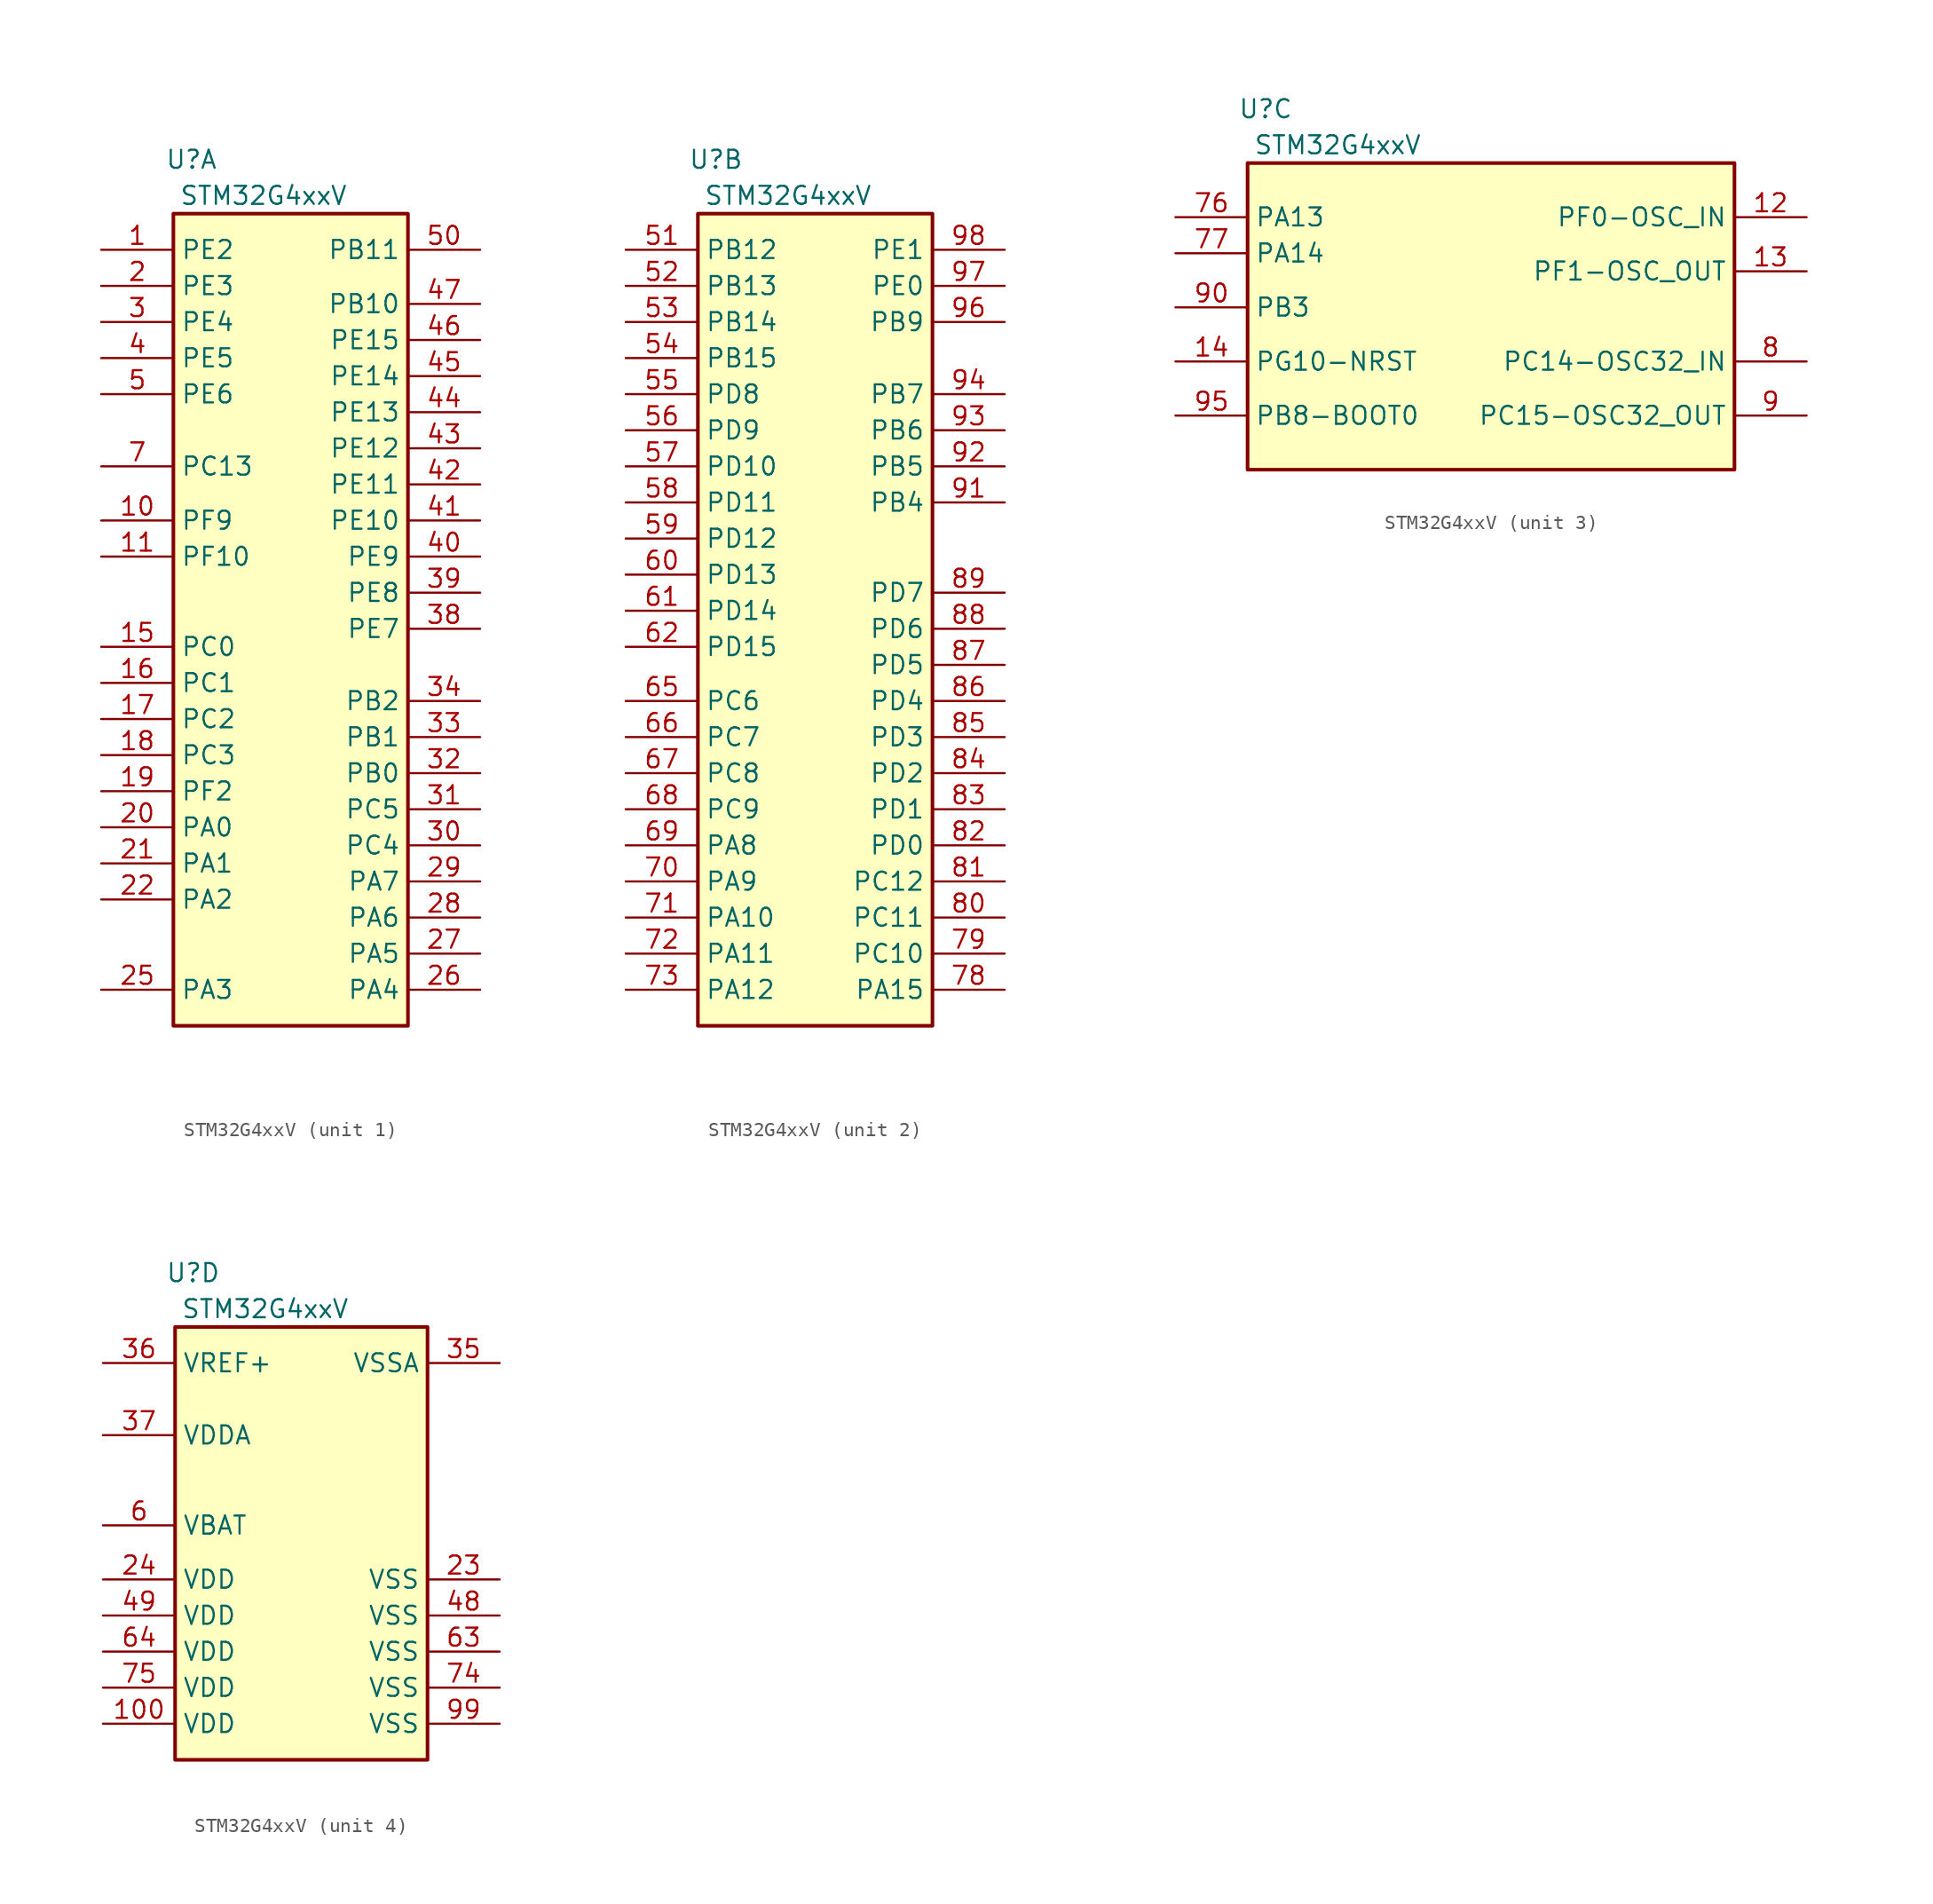
<source format=kicad_sym>
(kicad_symbol_lib
  (version 20220914)
  (generator kicad_symbol_editor)
  (symbol "STM32G4xxV"
    (property "Reference" "U"
      (at 1.27 3.81 0)
      (effects (font (size 1.27 1.27))))
    (property "Value" "STM32G4xxV"
      (at 6.35 1.27 0)
      (effects (font (size 1.27 1.27))))
    (property "ki_locked" ""
      (at 0 0 0)
      (effects (font (size 1.27 1.27))))
    (symbol "STM32G4xxV_1_1"
      (rectangle (start 0 0) (end 16.51 -57.15) (stroke (width 0.254) (type default)) (fill (type background)))
      (pin bidirectional line (at -5.08 -2.54 0) (length 5.08) (name "PE2" (effects (font (size 1.27 1.27)))) (number "1" (effects (font (size 1.27 1.27)))) (alternate "ADC3_EXTI2" bidirectional line) (alternate "ADC4_EXTI2" bidirectional line) (alternate "ADC5_EXTI2" bidirectional line) (alternate "FMC_A23" bidirectional line) (alternate "SAI1_CK1" bidirectional line) (alternate "SAI1_MCLK_A" bidirectional line) (alternate "SPI4_SCK" bidirectional line) (alternate "SYS_TRACECLK" bidirectional line) (alternate "TIM20_CH1" bidirectional line) (alternate "TIM3_CH1" bidirectional line))
      (pin bidirectional line (at -5.08 -21.59 0) (length 5.08) (name "PF9" (effects (font (size 1.27 1.27)))) (number "10" (effects (font (size 1.27 1.27)))) (alternate "DAC1_EXTI9" bidirectional line) (alternate "DAC2_EXTI9" bidirectional line) (alternate "DAC3_EXTI9" bidirectional line) (alternate "DAC4_EXTI9" bidirectional line) (alternate "FMC_A25" bidirectional line) (alternate "QUADSPI1_BK1_IO1" bidirectional line) (alternate "SAI1_FS_B" bidirectional line) (alternate "SPI2_SCK" bidirectional line) (alternate "TIM15_CH1" bidirectional line) (alternate "TIM20_BKIN" bidirectional line) (alternate "TIM5_CH4" bidirectional line))
      (pin bidirectional line (at -5.08 -24.13 0) (length 5.08) (name "PF10" (effects (font (size 1.27 1.27)))) (number "11" (effects (font (size 1.27 1.27)))) (alternate "DAC1_EXTI10" bidirectional line) (alternate "DAC2_EXTI10" bidirectional line) (alternate "DAC3_EXTI10" bidirectional line) (alternate "DAC4_EXTI10" bidirectional line) (alternate "FMC_A0" bidirectional line) (alternate "QUADSPI1_CLK" bidirectional line) (alternate "SAI1_D3" bidirectional line) (alternate "SPI2_SCK" bidirectional line) (alternate "TIM15_CH2" bidirectional line) (alternate "TIM20_BKIN2" bidirectional line))
      (pin bidirectional line (at -5.08 -30.48 0) (length 5.08) (name "PC0" (effects (font (size 1.27 1.27)))) (number "15" (effects (font (size 1.27 1.27)))) (alternate "ADC1_IN6" bidirectional line) (alternate "ADC2_IN6" bidirectional line) (alternate "COMP3_INM" bidirectional line) (alternate "LPTIM1_IN1" bidirectional line) (alternate "LPUART1_RX" bidirectional line) (alternate "TIM1_CH1" bidirectional line))
      (pin bidirectional line (at -5.08 -33.02 0) (length 5.08) (name "PC1" (effects (font (size 1.27 1.27)))) (number "16" (effects (font (size 1.27 1.27)))) (alternate "ADC1_IN7" bidirectional line) (alternate "ADC2_IN7" bidirectional line) (alternate "COMP3_INP" bidirectional line) (alternate "LPTIM1_OUT" bidirectional line) (alternate "LPUART1_TX" bidirectional line) (alternate "QUADSPI1_BK2_IO0" bidirectional line) (alternate "SAI1_SD_A" bidirectional line) (alternate "TIM1_CH2" bidirectional line))
      (pin bidirectional line (at -5.08 -35.56 0) (length 5.08) (name "PC2" (effects (font (size 1.27 1.27)))) (number "17" (effects (font (size 1.27 1.27)))) (alternate "ADC1_IN8" bidirectional line) (alternate "ADC2_IN8" bidirectional line) (alternate "ADC3_EXTI2" bidirectional line) (alternate "ADC4_EXTI2" bidirectional line) (alternate "ADC5_EXTI2" bidirectional line) (alternate "COMP3_OUT" bidirectional line) (alternate "LPTIM1_IN2" bidirectional line) (alternate "QUADSPI1_BK2_IO1" bidirectional line) (alternate "TIM1_CH3" bidirectional line) (alternate "TIM20_CH2" bidirectional line))
      (pin bidirectional line (at -5.08 -38.1 0) (length 5.08) (name "PC3" (effects (font (size 1.27 1.27)))) (number "18" (effects (font (size 1.27 1.27)))) (alternate "ADC1_IN9" bidirectional line) (alternate "ADC2_IN9" bidirectional line) (alternate "ADC3_EXTI3" bidirectional line) (alternate "ADC4_EXTI3" bidirectional line) (alternate "ADC5_EXTI3" bidirectional line) (alternate "LPTIM1_ETR" bidirectional line) (alternate "OPAMP5_VINP" bidirectional line) (alternate "OPAMP5_VINP_SEC" bidirectional line) (alternate "QUADSPI1_BK2_IO2" bidirectional line) (alternate "SAI1_D1" bidirectional line) (alternate "SAI1_SD_A" bidirectional line) (alternate "TIM1_BKIN2" bidirectional line) (alternate "TIM1_CH4" bidirectional line))
      (pin bidirectional line (at -5.08 -40.64 0) (length 5.08) (name "PF2" (effects (font (size 1.27 1.27)))) (number "19" (effects (font (size 1.27 1.27)))) (alternate "ADC3_EXTI2" bidirectional line) (alternate "ADC4_EXTI2" bidirectional line) (alternate "ADC5_EXTI2" bidirectional line) (alternate "FMC_A2" bidirectional line) (alternate "I2C2_SMBA" bidirectional line) (alternate "TIM20_CH3" bidirectional line))
      (pin bidirectional line (at -5.08 -5.08 0) (length 5.08) (name "PE3" (effects (font (size 1.27 1.27)))) (number "2" (effects (font (size 1.27 1.27)))) (alternate "ADC3_EXTI3" bidirectional line) (alternate "ADC4_EXTI3" bidirectional line) (alternate "ADC5_EXTI3" bidirectional line) (alternate "FMC_A19" bidirectional line) (alternate "SAI1_SD_B" bidirectional line) (alternate "SPI4_NSS" bidirectional line) (alternate "SYS_TRACED0" bidirectional line) (alternate "TIM20_CH2" bidirectional line) (alternate "TIM3_CH2" bidirectional line))
      (pin bidirectional line (at -5.08 -43.18 0) (length 5.08) (name "PA0" (effects (font (size 1.27 1.27)))) (number "20" (effects (font (size 1.27 1.27)))) (alternate "ADC1_IN1" bidirectional line) (alternate "ADC2_IN1" bidirectional line) (alternate "COMP1_INM" bidirectional line) (alternate "COMP1_OUT" bidirectional line) (alternate "COMP3_INP" bidirectional line) (alternate "RTC_TAMP2" bidirectional line) (alternate "SYS_WKUP1" bidirectional line) (alternate "TIM2_CH1" bidirectional line) (alternate "TIM2_ETR" bidirectional line) (alternate "TIM5_CH1" bidirectional line) (alternate "TIM8_BKIN" bidirectional line) (alternate "TIM8_ETR" bidirectional line) (alternate "USART2_CTS" bidirectional line) (alternate "USART2_NSS" bidirectional line))
      (pin bidirectional line (at -5.08 -45.72 0) (length 5.08) (name "PA1" (effects (font (size 1.27 1.27)))) (number "21" (effects (font (size 1.27 1.27)))) (alternate "ADC1_IN2" bidirectional line) (alternate "ADC2_IN2" bidirectional line) (alternate "COMP1_INP" bidirectional line) (alternate "OPAMP1_VINP" bidirectional line) (alternate "OPAMP1_VINP_SEC" bidirectional line) (alternate "OPAMP3_VINP" bidirectional line) (alternate "OPAMP3_VINP_SEC" bidirectional line) (alternate "OPAMP6_VINM" bidirectional line) (alternate "OPAMP6_VINM0" bidirectional line) (alternate "OPAMP6_VINM_SEC" bidirectional line) (alternate "RTC_REFIN" bidirectional line) (alternate "TIM15_CH1N" bidirectional line) (alternate "TIM2_CH2" bidirectional line) (alternate "TIM5_CH2" bidirectional line) (alternate "USART2_DE" bidirectional line) (alternate "USART2_RTS" bidirectional line))
      (pin bidirectional line (at -5.08 -48.26 0) (length 5.08) (name "PA2" (effects (font (size 1.27 1.27)))) (number "22" (effects (font (size 1.27 1.27)))) (alternate "ADC1_IN3" bidirectional line) (alternate "ADC3_EXTI2" bidirectional line) (alternate "ADC4_EXTI2" bidirectional line) (alternate "ADC5_EXTI2" bidirectional line) (alternate "COMP2_INM" bidirectional line) (alternate "COMP2_OUT" bidirectional line) (alternate "LPUART1_TX" bidirectional line) (alternate "OPAMP1_VOUT" bidirectional line) (alternate "QUADSPI1_BK1_NCS" bidirectional line) (alternate "RCC_LSCO" bidirectional line) (alternate "SYS_WKUP4" bidirectional line) (alternate "TIM15_CH1" bidirectional line) (alternate "TIM2_CH3" bidirectional line) (alternate "TIM5_CH3" bidirectional line) (alternate "UCPD1_FRSTX1" bidirectional line) (alternate "UCPD1_FRSTX2" bidirectional line) (alternate "USART2_TX" bidirectional line))
      (pin bidirectional line (at -5.08 -54.61 0) (length 5.08) (name "PA3" (effects (font (size 1.27 1.27)))) (number "25" (effects (font (size 1.27 1.27)))) (alternate "ADC1_IN4" bidirectional line) (alternate "ADC3_EXTI3" bidirectional line) (alternate "ADC4_EXTI3" bidirectional line) (alternate "ADC5_EXTI3" bidirectional line) (alternate "COMP2_INP" bidirectional line) (alternate "LPUART1_RX" bidirectional line) (alternate "OPAMP1_VINM" bidirectional line) (alternate "OPAMP1_VINM0" bidirectional line) (alternate "OPAMP1_VINM_SEC" bidirectional line) (alternate "OPAMP1_VINP" bidirectional line) (alternate "OPAMP1_VINP_SEC" bidirectional line) (alternate "OPAMP5_VINM" bidirectional line) (alternate "OPAMP5_VINM1" bidirectional line) (alternate "OPAMP5_VINM_SEC" bidirectional line) (alternate "QUADSPI1_CLK" bidirectional line) (alternate "SAI1_CK1" bidirectional line) (alternate "SAI1_MCLK_A" bidirectional line) (alternate "TIM15_CH2" bidirectional line) (alternate "TIM2_CH4" bidirectional line) (alternate "TIM5_CH4" bidirectional line) (alternate "USART2_RX" bidirectional line))
      (pin bidirectional line (at 21.59 -54.61 180) (length 5.08) (name "PA4" (effects (font (size 1.27 1.27)))) (number "26" (effects (font (size 1.27 1.27)))) (alternate "ADC2_IN17" bidirectional line) (alternate "COMP1_INM" bidirectional line) (alternate "DAC1_OUT1" bidirectional line) (alternate "I2S3_WS" bidirectional line) (alternate "SAI1_FS_B" bidirectional line) (alternate "SPI1_NSS" bidirectional line) (alternate "SPI3_NSS" bidirectional line) (alternate "TIM3_CH2" bidirectional line) (alternate "USART2_CK" bidirectional line))
      (pin bidirectional line (at 21.59 -52.07 180) (length 5.08) (name "PA5" (effects (font (size 1.27 1.27)))) (number "27" (effects (font (size 1.27 1.27)))) (alternate "ADC2_IN13" bidirectional line) (alternate "COMP2_INM" bidirectional line) (alternate "DAC1_OUT2" bidirectional line) (alternate "OPAMP2_VINM" bidirectional line) (alternate "OPAMP2_VINM0" bidirectional line) (alternate "OPAMP2_VINM_SEC" bidirectional line) (alternate "SPI1_SCK" bidirectional line) (alternate "TIM2_CH1" bidirectional line) (alternate "TIM2_ETR" bidirectional line) (alternate "UCPD1_FRSTX1" bidirectional line) (alternate "UCPD1_FRSTX2" bidirectional line))
      (pin bidirectional line (at 21.59 -49.53 180) (length 5.08) (name "PA6" (effects (font (size 1.27 1.27)))) (number "28" (effects (font (size 1.27 1.27)))) (alternate "ADC2_IN3" bidirectional line) (alternate "COMP1_OUT" bidirectional line) (alternate "DAC2_OUT1" bidirectional line) (alternate "LPUART1_CTS" bidirectional line) (alternate "OPAMP2_VOUT" bidirectional line) (alternate "QUADSPI1_BK1_IO3" bidirectional line) (alternate "SPI1_MISO" bidirectional line) (alternate "TIM16_CH1" bidirectional line) (alternate "TIM1_BKIN" bidirectional line) (alternate "TIM3_CH1" bidirectional line) (alternate "TIM8_BKIN" bidirectional line))
      (pin bidirectional line (at 21.59 -46.99 180) (length 5.08) (name "PA7" (effects (font (size 1.27 1.27)))) (number "29" (effects (font (size 1.27 1.27)))) (alternate "ADC2_IN4" bidirectional line) (alternate "COMP2_INP" bidirectional line) (alternate "COMP2_OUT" bidirectional line) (alternate "OPAMP1_VINP" bidirectional line) (alternate "OPAMP1_VINP_SEC" bidirectional line) (alternate "OPAMP2_VINP" bidirectional line) (alternate "OPAMP2_VINP_SEC" bidirectional line) (alternate "QUADSPI1_BK1_IO2" bidirectional line) (alternate "SPI1_MOSI" bidirectional line) (alternate "TIM17_CH1" bidirectional line) (alternate "TIM1_CH1N" bidirectional line) (alternate "TIM3_CH2" bidirectional line) (alternate "TIM8_CH1N" bidirectional line) (alternate "UCPD1_FRSTX1" bidirectional line) (alternate "UCPD1_FRSTX2" bidirectional line))
      (pin bidirectional line (at -5.08 -7.62 0) (length 5.08) (name "PE4" (effects (font (size 1.27 1.27)))) (number "3" (effects (font (size 1.27 1.27)))) (alternate "FMC_A20" bidirectional line) (alternate "SAI1_D2" bidirectional line) (alternate "SAI1_FS_A" bidirectional line) (alternate "SPI4_NSS" bidirectional line) (alternate "SYS_TRACED1" bidirectional line) (alternate "TIM20_CH1N" bidirectional line) (alternate "TIM3_CH3" bidirectional line))
      (pin bidirectional line (at 21.59 -44.45 180) (length 5.08) (name "PC4" (effects (font (size 1.27 1.27)))) (number "30" (effects (font (size 1.27 1.27)))) (alternate "ADC2_IN5" bidirectional line) (alternate "I2C2_SCL" bidirectional line) (alternate "QUADSPI1_BK2_IO3" bidirectional line) (alternate "TIM1_ETR" bidirectional line) (alternate "USART1_TX" bidirectional line))
      (pin bidirectional line (at 21.59 -41.91 180) (length 5.08) (name "PC5" (effects (font (size 1.27 1.27)))) (number "31" (effects (font (size 1.27 1.27)))) (alternate "ADC2_IN11" bidirectional line) (alternate "HRTIM1_EEV10" bidirectional line) (alternate "OPAMP1_VINM" bidirectional line) (alternate "OPAMP1_VINM1" bidirectional line) (alternate "OPAMP1_VINM_SEC" bidirectional line) (alternate "OPAMP2_VINM" bidirectional line) (alternate "OPAMP2_VINM1" bidirectional line) (alternate "OPAMP2_VINM_SEC" bidirectional line) (alternate "SAI1_D3" bidirectional line) (alternate "SYS_WKUP5" bidirectional line) (alternate "TIM15_BKIN" bidirectional line) (alternate "TIM1_CH4N" bidirectional line) (alternate "USART1_RX" bidirectional line))
      (pin bidirectional line (at 21.59 -39.37 180) (length 5.08) (name "PB0" (effects (font (size 1.27 1.27)))) (number "32" (effects (font (size 1.27 1.27)))) (alternate "ADC1_IN15" bidirectional line) (alternate "ADC3_IN12" bidirectional line) (alternate "COMP4_INP" bidirectional line) (alternate "HRTIM1_FLT5" bidirectional line) (alternate "OPAMP2_VINP" bidirectional line) (alternate "OPAMP2_VINP_SEC" bidirectional line) (alternate "OPAMP3_VINP" bidirectional line) (alternate "OPAMP3_VINP_SEC" bidirectional line) (alternate "QUADSPI1_BK1_IO1" bidirectional line) (alternate "TIM1_CH2N" bidirectional line) (alternate "TIM3_CH3" bidirectional line) (alternate "TIM8_CH2N" bidirectional line) (alternate "UCPD1_FRSTX1" bidirectional line) (alternate "UCPD1_FRSTX2" bidirectional line))
      (pin bidirectional line (at 21.59 -36.83 180) (length 5.08) (name "PB1" (effects (font (size 1.27 1.27)))) (number "33" (effects (font (size 1.27 1.27)))) (alternate "ADC1_IN12" bidirectional line) (alternate "ADC3_IN1" bidirectional line) (alternate "COMP1_INP" bidirectional line) (alternate "COMP4_OUT" bidirectional line) (alternate "HRTIM1_SCOUT" bidirectional line) (alternate "LPUART1_DE" bidirectional line) (alternate "LPUART1_RTS" bidirectional line) (alternate "OPAMP3_VOUT" bidirectional line) (alternate "OPAMP6_VINM" bidirectional line) (alternate "OPAMP6_VINM1" bidirectional line) (alternate "OPAMP6_VINM_SEC" bidirectional line) (alternate "QUADSPI1_BK1_IO0" bidirectional line) (alternate "TIM1_CH3N" bidirectional line) (alternate "TIM3_CH4" bidirectional line) (alternate "TIM8_CH3N" bidirectional line))
      (pin bidirectional line (at 21.59 -34.29 180) (length 5.08) (name "PB2" (effects (font (size 1.27 1.27)))) (number "34" (effects (font (size 1.27 1.27)))) (alternate "ADC2_IN12" bidirectional line) (alternate "ADC3_EXTI2" bidirectional line) (alternate "ADC4_EXTI2" bidirectional line) (alternate "ADC5_EXTI2" bidirectional line) (alternate "COMP4_INM" bidirectional line) (alternate "HRTIM1_SCIN" bidirectional line) (alternate "I2C3_SMBA" bidirectional line) (alternate "LPTIM1_OUT" bidirectional line) (alternate "OPAMP3_VINM" bidirectional line) (alternate "OPAMP3_VINM0" bidirectional line) (alternate "OPAMP3_VINM_SEC" bidirectional line) (alternate "QUADSPI1_BK2_IO1" bidirectional line) (alternate "RTC_OUT2" bidirectional line) (alternate "TIM20_CH1" bidirectional line) (alternate "TIM5_CH1" bidirectional line))
      (pin bidirectional line (at 21.59 -29.21 180) (length 5.08) (name "PE7" (effects (font (size 1.27 1.27)))) (number "38" (effects (font (size 1.27 1.27)))) (alternate "ADC3_IN4" bidirectional line) (alternate "COMP4_INP" bidirectional line) (alternate "FMC_D4" bidirectional line) (alternate "FMC_DA4" bidirectional line) (alternate "SAI1_SD_B" bidirectional line) (alternate "TIM1_ETR" bidirectional line))
      (pin bidirectional line (at 21.59 -26.67 180) (length 5.08) (name "PE8" (effects (font (size 1.27 1.27)))) (number "39" (effects (font (size 1.27 1.27)))) (alternate "ADC3_IN6" bidirectional line) (alternate "ADC4_IN6" bidirectional line) (alternate "ADC5_IN6" bidirectional line) (alternate "COMP4_INM" bidirectional line) (alternate "FMC_D5" bidirectional line) (alternate "FMC_DA5" bidirectional line) (alternate "SAI1_SCK_B" bidirectional line) (alternate "TIM1_CH1N" bidirectional line) (alternate "TIM5_CH3" bidirectional line))
      (pin bidirectional line (at -5.08 -10.16 0) (length 5.08) (name "PE5" (effects (font (size 1.27 1.27)))) (number "4" (effects (font (size 1.27 1.27)))) (alternate "FMC_A21" bidirectional line) (alternate "SAI1_CK2" bidirectional line) (alternate "SAI1_SCK_A" bidirectional line) (alternate "SPI4_MISO" bidirectional line) (alternate "SYS_TRACED2" bidirectional line) (alternate "TIM20_CH2N" bidirectional line) (alternate "TIM3_CH4" bidirectional line))
      (pin bidirectional line (at 21.59 -24.13 180) (length 5.08) (name "PE9" (effects (font (size 1.27 1.27)))) (number "40" (effects (font (size 1.27 1.27)))) (alternate "ADC3_IN2" bidirectional line) (alternate "DAC1_EXTI9" bidirectional line) (alternate "DAC2_EXTI9" bidirectional line) (alternate "DAC3_EXTI9" bidirectional line) (alternate "DAC4_EXTI9" bidirectional line) (alternate "FMC_D6" bidirectional line) (alternate "FMC_DA6" bidirectional line) (alternate "SAI1_FS_B" bidirectional line) (alternate "TIM1_CH1" bidirectional line) (alternate "TIM5_CH4" bidirectional line))
      (pin bidirectional line (at 21.59 -21.59 180) (length 5.08) (name "PE10" (effects (font (size 1.27 1.27)))) (number "41" (effects (font (size 1.27 1.27)))) (alternate "ADC3_IN14" bidirectional line) (alternate "ADC4_IN14" bidirectional line) (alternate "ADC5_IN14" bidirectional line) (alternate "DAC1_EXTI10" bidirectional line) (alternate "DAC2_EXTI10" bidirectional line) (alternate "DAC3_EXTI10" bidirectional line) (alternate "DAC4_EXTI10" bidirectional line) (alternate "FMC_D7" bidirectional line) (alternate "FMC_DA7" bidirectional line) (alternate "QUADSPI1_CLK" bidirectional line) (alternate "SAI1_MCLK_B" bidirectional line) (alternate "TIM1_CH2N" bidirectional line))
      (pin bidirectional line (at 21.59 -19.05 180) (length 5.08) (name "PE11" (effects (font (size 1.27 1.27)))) (number "42" (effects (font (size 1.27 1.27)))) (alternate "ADC1_EXTI11" bidirectional line) (alternate "ADC2_EXTI11" bidirectional line) (alternate "ADC3_IN15" bidirectional line) (alternate "ADC4_IN15" bidirectional line) (alternate "ADC5_IN15" bidirectional line) (alternate "FMC_D8" bidirectional line) (alternate "FMC_DA8" bidirectional line) (alternate "QUADSPI1_BK1_NCS" bidirectional line) (alternate "SPI4_NSS" bidirectional line) (alternate "TIM1_CH2" bidirectional line))
      (pin bidirectional line (at 21.59 -16.51 180) (length 5.08) (name "PE12" (effects (font (size 1.27 1.27)))) (number "43" (effects (font (size 1.27 1.27)))) (alternate "ADC3_IN16" bidirectional line) (alternate "ADC4_IN16" bidirectional line) (alternate "ADC5_IN16" bidirectional line) (alternate "FMC_D9" bidirectional line) (alternate "FMC_DA9" bidirectional line) (alternate "QUADSPI1_BK1_IO0" bidirectional line) (alternate "SPI4_SCK" bidirectional line) (alternate "TIM1_CH3N" bidirectional line))
      (pin bidirectional line (at 21.59 -13.97 180) (length 5.08) (name "PE13" (effects (font (size 1.27 1.27)))) (number "44" (effects (font (size 1.27 1.27)))) (alternate "ADC3_IN3" bidirectional line) (alternate "FMC_D10" bidirectional line) (alternate "FMC_DA10" bidirectional line) (alternate "QUADSPI1_BK1_IO1" bidirectional line) (alternate "SPI4_MISO" bidirectional line) (alternate "TIM1_CH3" bidirectional line))
      (pin bidirectional line (at 21.59 -11.43 180) (length 5.08) (name "PE14" (effects (font (size 1.27 1.27)))) (number "45" (effects (font (size 1.27 1.27)))) (alternate "ADC4_IN1" bidirectional line) (alternate "FMC_D11" bidirectional line) (alternate "FMC_DA11" bidirectional line) (alternate "QUADSPI1_BK1_IO2" bidirectional line) (alternate "SPI4_MOSI" bidirectional line) (alternate "TIM1_BKIN2" bidirectional line) (alternate "TIM1_CH4" bidirectional line))
      (pin bidirectional line (at 21.59 -8.89 180) (length 5.08) (name "PE15" (effects (font (size 1.27 1.27)))) (number "46" (effects (font (size 1.27 1.27)))) (alternate "ADC1_EXTI15" bidirectional line) (alternate "ADC2_EXTI15" bidirectional line) (alternate "ADC4_IN2" bidirectional line) (alternate "FMC_D12" bidirectional line) (alternate "FMC_DA12" bidirectional line) (alternate "QUADSPI1_BK1_IO3" bidirectional line) (alternate "TIM1_BKIN" bidirectional line) (alternate "TIM1_CH4N" bidirectional line) (alternate "USART3_RX" bidirectional line))
      (pin bidirectional line (at 21.59 -6.35 180) (length 5.08) (name "PB10" (effects (font (size 1.27 1.27)))) (number "47" (effects (font (size 1.27 1.27)))) (alternate "COMP5_INM" bidirectional line) (alternate "DAC1_EXTI10" bidirectional line) (alternate "DAC2_EXTI10" bidirectional line) (alternate "DAC3_EXTI10" bidirectional line) (alternate "DAC4_EXTI10" bidirectional line) (alternate "HRTIM1_FLT3" bidirectional line) (alternate "LPUART1_RX" bidirectional line) (alternate "OPAMP3_VINM" bidirectional line) (alternate "OPAMP3_VINM1" bidirectional line) (alternate "OPAMP3_VINM_SEC" bidirectional line) (alternate "OPAMP4_VINM" bidirectional line) (alternate "OPAMP4_VINM0" bidirectional line) (alternate "OPAMP4_VINM_SEC" bidirectional line) (alternate "QUADSPI1_CLK" bidirectional line) (alternate "SAI1_SCK_A" bidirectional line) (alternate "TIM1_BKIN" bidirectional line) (alternate "TIM2_CH3" bidirectional line) (alternate "USART3_TX" bidirectional line))
      (pin bidirectional line (at -5.08 -12.7 0) (length 5.08) (name "PE6" (effects (font (size 1.27 1.27)))) (number "5" (effects (font (size 1.27 1.27)))) (alternate "FMC_A22" bidirectional line) (alternate "RTC_TAMP3" bidirectional line) (alternate "SAI1_D1" bidirectional line) (alternate "SAI1_SD_A" bidirectional line) (alternate "SPI4_MOSI" bidirectional line) (alternate "SYS_TRACED3" bidirectional line) (alternate "SYS_WKUP3" bidirectional line) (alternate "TIM20_CH3N" bidirectional line))
      (pin bidirectional line (at 21.59 -2.54 180) (length 5.08) (name "PB11" (effects (font (size 1.27 1.27)))) (number "50" (effects (font (size 1.27 1.27)))) (alternate "ADC1_EXTI11" bidirectional line) (alternate "ADC1_IN14" bidirectional line) (alternate "ADC2_EXTI11" bidirectional line) (alternate "ADC2_IN14" bidirectional line) (alternate "COMP6_INP" bidirectional line) (alternate "HRTIM1_FLT4" bidirectional line) (alternate "LPUART1_TX" bidirectional line) (alternate "OPAMP4_VINP" bidirectional line) (alternate "OPAMP4_VINP_SEC" bidirectional line) (alternate "OPAMP6_VOUT" bidirectional line) (alternate "QUADSPI1_BK1_NCS" bidirectional line) (alternate "TIM2_CH4" bidirectional line) (alternate "USART3_RX" bidirectional line))
      (pin bidirectional line (at -5.08 -17.78 0) (length 5.08) (name "PC13" (effects (font (size 1.27 1.27)))) (number "7" (effects (font (size 1.27 1.27)))) (alternate "RTC_OUT1" bidirectional line) (alternate "RTC_TAMP1" bidirectional line) (alternate "RTC_TS" bidirectional line) (alternate "SYS_WKUP2" bidirectional line) (alternate "TIM1_BKIN" bidirectional line) (alternate "TIM1_CH1N" bidirectional line) (alternate "TIM8_CH4N" bidirectional line)))
    (symbol "STM32G4xxV_2_1"
      (rectangle (start 0 0) (end 16.51 -57.15) (stroke (width 0.254) (type default)) (fill (type background)))
      (pin bidirectional line (at -5.08 -2.54 0) (length 5.08) (name "PB12" (effects (font (size 1.27 1.27)))) (number "51" (effects (font (size 1.27 1.27)))) (alternate "ADC1_IN11" bidirectional line) (alternate "ADC4_IN3" bidirectional line) (alternate "COMP7_INM" bidirectional line) (alternate "FDCAN2_RX" bidirectional line) (alternate "HRTIM1_CHC1" bidirectional line) (alternate "I2C2_SMBA" bidirectional line) (alternate "I2S2_WS" bidirectional line) (alternate "LPUART1_DE" bidirectional line) (alternate "LPUART1_RTS" bidirectional line) (alternate "OPAMP4_VOUT" bidirectional line) (alternate "OPAMP6_VINP" bidirectional line) (alternate "OPAMP6_VINP_SEC" bidirectional line) (alternate "SPI2_NSS" bidirectional line) (alternate "TIM1_BKIN" bidirectional line) (alternate "TIM5_ETR" bidirectional line) (alternate "USART3_CK" bidirectional line))
      (pin bidirectional line (at -5.08 -5.08 0) (length 5.08) (name "PB13" (effects (font (size 1.27 1.27)))) (number "52" (effects (font (size 1.27 1.27)))) (alternate "ADC3_IN5" bidirectional line) (alternate "COMP5_INP" bidirectional line) (alternate "FDCAN2_TX" bidirectional line) (alternate "HRTIM1_CHC2" bidirectional line) (alternate "I2S2_CK" bidirectional line) (alternate "LPUART1_CTS" bidirectional line) (alternate "OPAMP3_VINP" bidirectional line) (alternate "OPAMP3_VINP_SEC" bidirectional line) (alternate "OPAMP4_VINP" bidirectional line) (alternate "OPAMP4_VINP_SEC" bidirectional line) (alternate "OPAMP6_VINP" bidirectional line) (alternate "OPAMP6_VINP_SEC" bidirectional line) (alternate "SPI2_SCK" bidirectional line) (alternate "TIM1_CH1N" bidirectional line) (alternate "USART3_CTS" bidirectional line) (alternate "USART3_NSS" bidirectional line))
      (pin bidirectional line (at -5.08 -7.62 0) (length 5.08) (name "PB14" (effects (font (size 1.27 1.27)))) (number "53" (effects (font (size 1.27 1.27)))) (alternate "ADC1_IN5" bidirectional line) (alternate "ADC4_IN4" bidirectional line) (alternate "COMP4_OUT" bidirectional line) (alternate "COMP7_INP" bidirectional line) (alternate "HRTIM1_CHD1" bidirectional line) (alternate "OPAMP2_VINP" bidirectional line) (alternate "OPAMP2_VINP_SEC" bidirectional line) (alternate "OPAMP5_VINP" bidirectional line) (alternate "OPAMP5_VINP_SEC" bidirectional line) (alternate "SPI2_MISO" bidirectional line) (alternate "TIM15_CH1" bidirectional line) (alternate "TIM1_CH2N" bidirectional line) (alternate "USART3_DE" bidirectional line) (alternate "USART3_RTS" bidirectional line))
      (pin bidirectional line (at -5.08 -10.16 0) (length 5.08) (name "PB15" (effects (font (size 1.27 1.27)))) (number "54" (effects (font (size 1.27 1.27)))) (alternate "ADC1_EXTI15" bidirectional line) (alternate "ADC2_EXTI15" bidirectional line) (alternate "ADC2_IN15" bidirectional line) (alternate "ADC4_IN5" bidirectional line) (alternate "COMP3_OUT" bidirectional line) (alternate "COMP6_INM" bidirectional line) (alternate "HRTIM1_CHD2" bidirectional line) (alternate "I2S2_SD" bidirectional line) (alternate "OPAMP5_VINM" bidirectional line) (alternate "OPAMP5_VINM0" bidirectional line) (alternate "OPAMP5_VINM_SEC" bidirectional line) (alternate "RTC_REFIN" bidirectional line) (alternate "SPI2_MOSI" bidirectional line) (alternate "TIM15_CH1N" bidirectional line) (alternate "TIM15_CH2" bidirectional line) (alternate "TIM1_CH3N" bidirectional line))
      (pin bidirectional line (at -5.08 -12.7 0) (length 5.08) (name "PD8" (effects (font (size 1.27 1.27)))) (number "55" (effects (font (size 1.27 1.27)))) (alternate "ADC4_IN12" bidirectional line) (alternate "ADC5_IN12" bidirectional line) (alternate "FMC_D13" bidirectional line) (alternate "FMC_DA13" bidirectional line) (alternate "OPAMP4_VINM" bidirectional line) (alternate "OPAMP4_VINM1" bidirectional line) (alternate "OPAMP4_VINM_SEC" bidirectional line) (alternate "USART3_TX" bidirectional line))
      (pin bidirectional line (at -5.08 -15.24 0) (length 5.08) (name "PD9" (effects (font (size 1.27 1.27)))) (number "56" (effects (font (size 1.27 1.27)))) (alternate "ADC4_IN13" bidirectional line) (alternate "ADC5_IN13" bidirectional line) (alternate "DAC1_EXTI9" bidirectional line) (alternate "DAC2_EXTI9" bidirectional line) (alternate "DAC3_EXTI9" bidirectional line) (alternate "DAC4_EXTI9" bidirectional line) (alternate "FMC_D14" bidirectional line) (alternate "FMC_DA14" bidirectional line) (alternate "OPAMP6_VINP" bidirectional line) (alternate "OPAMP6_VINP_SEC" bidirectional line) (alternate "USART3_RX" bidirectional line))
      (pin bidirectional line (at -5.08 -17.78 0) (length 5.08) (name "PD10" (effects (font (size 1.27 1.27)))) (number "57" (effects (font (size 1.27 1.27)))) (alternate "ADC3_IN7" bidirectional line) (alternate "ADC4_IN7" bidirectional line) (alternate "ADC5_IN7" bidirectional line) (alternate "COMP6_INM" bidirectional line) (alternate "DAC1_EXTI10" bidirectional line) (alternate "DAC2_EXTI10" bidirectional line) (alternate "DAC3_EXTI10" bidirectional line) (alternate "DAC4_EXTI10" bidirectional line) (alternate "FMC_D15" bidirectional line) (alternate "FMC_DA15" bidirectional line) (alternate "USART3_CK" bidirectional line))
      (pin bidirectional line (at -5.08 -20.32 0) (length 5.08) (name "PD11" (effects (font (size 1.27 1.27)))) (number "58" (effects (font (size 1.27 1.27)))) (alternate "ADC1_EXTI11" bidirectional line) (alternate "ADC2_EXTI11" bidirectional line) (alternate "ADC3_IN8" bidirectional line) (alternate "ADC4_IN8" bidirectional line) (alternate "ADC5_IN8" bidirectional line) (alternate "COMP6_INP" bidirectional line) (alternate "FMC_A16" bidirectional line) (alternate "FMC_CLE" bidirectional line) (alternate "I2C4_SMBA" bidirectional line) (alternate "OPAMP4_VINP" bidirectional line) (alternate "OPAMP4_VINP_SEC" bidirectional line) (alternate "TIM5_ETR" bidirectional line) (alternate "USART3_CTS" bidirectional line) (alternate "USART3_NSS" bidirectional line))
      (pin bidirectional line (at -5.08 -22.86 0) (length 5.08) (name "PD12" (effects (font (size 1.27 1.27)))) (number "59" (effects (font (size 1.27 1.27)))) (alternate "ADC3_IN9" bidirectional line) (alternate "ADC4_IN9" bidirectional line) (alternate "ADC5_IN9" bidirectional line) (alternate "COMP5_INP" bidirectional line) (alternate "FMC_A17" bidirectional line) (alternate "FMC_ALE" bidirectional line) (alternate "OPAMP5_VINP" bidirectional line) (alternate "OPAMP5_VINP_SEC" bidirectional line) (alternate "TIM4_CH1" bidirectional line) (alternate "USART3_DE" bidirectional line) (alternate "USART3_RTS" bidirectional line))
      (pin bidirectional line (at -5.08 -25.4 0) (length 5.08) (name "PD13" (effects (font (size 1.27 1.27)))) (number "60" (effects (font (size 1.27 1.27)))) (alternate "ADC3_IN10" bidirectional line) (alternate "ADC4_IN10" bidirectional line) (alternate "ADC5_IN10" bidirectional line) (alternate "COMP5_INM" bidirectional line) (alternate "FMC_A18" bidirectional line) (alternate "TIM4_CH2" bidirectional line))
      (pin bidirectional line (at -5.08 -27.94 0) (length 5.08) (name "PD14" (effects (font (size 1.27 1.27)))) (number "61" (effects (font (size 1.27 1.27)))) (alternate "ADC3_IN11" bidirectional line) (alternate "ADC4_IN11" bidirectional line) (alternate "ADC5_IN11" bidirectional line) (alternate "COMP7_INP" bidirectional line) (alternate "FMC_D0" bidirectional line) (alternate "FMC_DA0" bidirectional line) (alternate "OPAMP2_VINP" bidirectional line) (alternate "OPAMP2_VINP_SEC" bidirectional line) (alternate "TIM4_CH3" bidirectional line))
      (pin bidirectional line (at -5.08 -30.48 0) (length 5.08) (name "PD15" (effects (font (size 1.27 1.27)))) (number "62" (effects (font (size 1.27 1.27)))) (alternate "ADC1_EXTI15" bidirectional line) (alternate "ADC2_EXTI15" bidirectional line) (alternate "COMP7_INM" bidirectional line) (alternate "FMC_D1" bidirectional line) (alternate "FMC_DA1" bidirectional line) (alternate "SPI2_NSS" bidirectional line) (alternate "TIM4_CH4" bidirectional line))
      (pin bidirectional line (at -5.08 -34.29 0) (length 5.08) (name "PC6" (effects (font (size 1.27 1.27)))) (number "65" (effects (font (size 1.27 1.27)))) (alternate "COMP6_OUT" bidirectional line) (alternate "HRTIM1_CHF1" bidirectional line) (alternate "HRTIM1_EEV10" bidirectional line) (alternate "I2C4_SCL" bidirectional line) (alternate "I2S2_MCK" bidirectional line) (alternate "TIM3_CH1" bidirectional line) (alternate "TIM8_CH1" bidirectional line))
      (pin bidirectional line (at -5.08 -36.83 0) (length 5.08) (name "PC7" (effects (font (size 1.27 1.27)))) (number "66" (effects (font (size 1.27 1.27)))) (alternate "COMP5_OUT" bidirectional line) (alternate "HRTIM1_CHF2" bidirectional line) (alternate "HRTIM1_FLT5" bidirectional line) (alternate "I2C4_SDA" bidirectional line) (alternate "I2S3_MCK" bidirectional line) (alternate "TIM3_CH2" bidirectional line) (alternate "TIM8_CH2" bidirectional line))
      (pin bidirectional line (at -5.08 -39.37 0) (length 5.08) (name "PC8" (effects (font (size 1.27 1.27)))) (number "67" (effects (font (size 1.27 1.27)))) (alternate "COMP7_OUT" bidirectional line) (alternate "HRTIM1_CHE1" bidirectional line) (alternate "I2C3_SCL" bidirectional line) (alternate "TIM20_CH3" bidirectional line) (alternate "TIM3_CH3" bidirectional line) (alternate "TIM8_CH3" bidirectional line))
      (pin bidirectional line (at -5.08 -41.91 0) (length 5.08) (name "PC9" (effects (font (size 1.27 1.27)))) (number "68" (effects (font (size 1.27 1.27)))) (alternate "DAC1_EXTI9" bidirectional line) (alternate "DAC2_EXTI9" bidirectional line) (alternate "DAC3_EXTI9" bidirectional line) (alternate "DAC4_EXTI9" bidirectional line) (alternate "HRTIM1_CHE2" bidirectional line) (alternate "I2C3_SDA" bidirectional line) (alternate "I2S_CKIN" bidirectional line) (alternate "TIM3_CH4" bidirectional line) (alternate "TIM8_BKIN2" bidirectional line) (alternate "TIM8_CH4" bidirectional line))
      (pin bidirectional line (at -5.08 -44.45 0) (length 5.08) (name "PA8" (effects (font (size 1.27 1.27)))) (number "69" (effects (font (size 1.27 1.27)))) (alternate "ADC5_IN1" bidirectional line) (alternate "COMP7_OUT" bidirectional line) (alternate "FDCAN3_RX" bidirectional line) (alternate "HRTIM1_CHA1" bidirectional line) (alternate "I2C2_SDA" bidirectional line) (alternate "I2C3_SCL" bidirectional line) (alternate "I2S2_MCK" bidirectional line) (alternate "OPAMP5_VOUT" bidirectional line) (alternate "RCC_MCO" bidirectional line) (alternate "SAI1_CK2" bidirectional line) (alternate "SAI1_SCK_A" bidirectional line) (alternate "TIM1_CH1" bidirectional line) (alternate "TIM4_ETR" bidirectional line) (alternate "USART1_CK" bidirectional line))
      (pin bidirectional line (at -5.08 -46.99 0) (length 5.08) (name "PA9" (effects (font (size 1.27 1.27)))) (number "70" (effects (font (size 1.27 1.27)))) (alternate "ADC5_IN2" bidirectional line) (alternate "COMP5_OUT" bidirectional line) (alternate "DAC1_EXTI9" bidirectional line) (alternate "DAC2_EXTI9" bidirectional line) (alternate "DAC3_EXTI9" bidirectional line) (alternate "DAC4_EXTI9" bidirectional line) (alternate "HRTIM1_CHA2" bidirectional line) (alternate "I2C2_SCL" bidirectional line) (alternate "I2C3_SMBA" bidirectional line) (alternate "I2S3_MCK" bidirectional line) (alternate "SAI1_FS_A" bidirectional line) (alternate "TIM15_BKIN" bidirectional line) (alternate "TIM1_CH2" bidirectional line) (alternate "TIM2_CH3" bidirectional line) (alternate "UCPD1_DBCC1" bidirectional line) (alternate "USART1_TX" bidirectional line))
      (pin bidirectional line (at -5.08 -49.53 0) (length 5.08) (name "PA10" (effects (font (size 1.27 1.27)))) (number "71" (effects (font (size 1.27 1.27)))) (alternate "COMP6_OUT" bidirectional line) (alternate "CRS_SYNC" bidirectional line) (alternate "DAC1_EXTI10" bidirectional line) (alternate "DAC2_EXTI10" bidirectional line) (alternate "DAC3_EXTI10" bidirectional line) (alternate "DAC4_EXTI10" bidirectional line) (alternate "HRTIM1_CHB1" bidirectional line) (alternate "I2C2_SMBA" bidirectional line) (alternate "SAI1_D1" bidirectional line) (alternate "SAI1_SD_A" bidirectional line) (alternate "SPI2_MISO" bidirectional line) (alternate "TIM17_BKIN" bidirectional line) (alternate "TIM1_CH3" bidirectional line) (alternate "TIM2_CH4" bidirectional line) (alternate "TIM8_BKIN" bidirectional line) (alternate "UCPD1_DBCC2" bidirectional line) (alternate "USART1_RX" bidirectional line))
      (pin bidirectional line (at -5.08 -52.07 0) (length 5.08) (name "PA11" (effects (font (size 1.27 1.27)))) (number "72" (effects (font (size 1.27 1.27)))) (alternate "ADC1_EXTI11" bidirectional line) (alternate "ADC2_EXTI11" bidirectional line) (alternate "COMP1_OUT" bidirectional line) (alternate "FDCAN1_RX" bidirectional line) (alternate "HRTIM1_CHB2" bidirectional line) (alternate "I2S2_SD" bidirectional line) (alternate "SPI2_MOSI" bidirectional line) (alternate "TIM1_BKIN2" bidirectional line) (alternate "TIM1_CH1N" bidirectional line) (alternate "TIM1_CH4" bidirectional line) (alternate "TIM4_CH1" bidirectional line) (alternate "USART1_CTS" bidirectional line) (alternate "USART1_NSS" bidirectional line) (alternate "USB_DM" bidirectional line))
      (pin bidirectional line (at -5.08 -54.61 0) (length 5.08) (name "PA12" (effects (font (size 1.27 1.27)))) (number "73" (effects (font (size 1.27 1.27)))) (alternate "COMP2_OUT" bidirectional line) (alternate "FDCAN1_TX" bidirectional line) (alternate "HRTIM1_FLT1" bidirectional line) (alternate "I2S_CKIN" bidirectional line) (alternate "TIM16_CH1" bidirectional line) (alternate "TIM1_CH2N" bidirectional line) (alternate "TIM1_ETR" bidirectional line) (alternate "TIM4_CH2" bidirectional line) (alternate "USART1_DE" bidirectional line) (alternate "USART1_RTS" bidirectional line) (alternate "USB_DP" bidirectional line))
      (pin bidirectional line (at 21.59 -54.61 180) (length 5.08) (name "PA15" (effects (font (size 1.27 1.27)))) (number "78" (effects (font (size 1.27 1.27)))) (alternate "ADC1_EXTI15" bidirectional line) (alternate "ADC2_EXTI15" bidirectional line) (alternate "FDCAN3_TX" bidirectional line) (alternate "HRTIM1_FLT2" bidirectional line) (alternate "I2C1_SCL" bidirectional line) (alternate "I2S3_WS" bidirectional line) (alternate "SPI1_NSS" bidirectional line) (alternate "SPI3_NSS" bidirectional line) (alternate "SYS_JTDI" bidirectional line) (alternate "TIM1_BKIN" bidirectional line) (alternate "TIM2_CH1" bidirectional line) (alternate "TIM2_ETR" bidirectional line) (alternate "TIM8_CH1" bidirectional line) (alternate "UART4_DE" bidirectional line) (alternate "UART4_RTS" bidirectional line) (alternate "USART2_RX" bidirectional line))
      (pin bidirectional line (at 21.59 -52.07 180) (length 5.08) (name "PC10" (effects (font (size 1.27 1.27)))) (number "79" (effects (font (size 1.27 1.27)))) (alternate "DAC1_EXTI10" bidirectional line) (alternate "DAC2_EXTI10" bidirectional line) (alternate "DAC3_EXTI10" bidirectional line) (alternate "DAC4_EXTI10" bidirectional line) (alternate "HRTIM1_FLT6" bidirectional line) (alternate "I2S3_CK" bidirectional line) (alternate "SPI3_SCK" bidirectional line) (alternate "TIM8_CH1N" bidirectional line) (alternate "UART4_TX" bidirectional line) (alternate "USART3_TX" bidirectional line))
      (pin bidirectional line (at 21.59 -49.53 180) (length 5.08) (name "PC11" (effects (font (size 1.27 1.27)))) (number "80" (effects (font (size 1.27 1.27)))) (alternate "ADC1_EXTI11" bidirectional line) (alternate "ADC2_EXTI11" bidirectional line) (alternate "HRTIM1_EEV2" bidirectional line) (alternate "I2C3_SDA" bidirectional line) (alternate "SPI3_MISO" bidirectional line) (alternate "TIM8_CH2N" bidirectional line) (alternate "UART4_RX" bidirectional line) (alternate "USART3_RX" bidirectional line))
      (pin bidirectional line (at 21.59 -46.99 180) (length 5.08) (name "PC12" (effects (font (size 1.27 1.27)))) (number "81" (effects (font (size 1.27 1.27)))) (alternate "HRTIM1_EEV1" bidirectional line) (alternate "I2S3_SD" bidirectional line) (alternate "SPI3_MOSI" bidirectional line) (alternate "TIM5_CH2" bidirectional line) (alternate "TIM8_CH3N" bidirectional line) (alternate "UART5_TX" bidirectional line) (alternate "UCPD1_FRSTX1" bidirectional line) (alternate "UCPD1_FRSTX2" bidirectional line) (alternate "USART3_CK" bidirectional line))
      (pin bidirectional line (at 21.59 -44.45 180) (length 5.08) (name "PD0" (effects (font (size 1.27 1.27)))) (number "82" (effects (font (size 1.27 1.27)))) (alternate "FDCAN1_RX" bidirectional line) (alternate "FMC_D2" bidirectional line) (alternate "FMC_DA2" bidirectional line) (alternate "TIM8_CH4N" bidirectional line))
      (pin bidirectional line (at 21.59 -41.91 180) (length 5.08) (name "PD1" (effects (font (size 1.27 1.27)))) (number "83" (effects (font (size 1.27 1.27)))) (alternate "FDCAN1_TX" bidirectional line) (alternate "FMC_D3" bidirectional line) (alternate "FMC_DA3" bidirectional line) (alternate "TIM8_BKIN2" bidirectional line) (alternate "TIM8_CH4" bidirectional line))
      (pin bidirectional line (at 21.59 -39.37 180) (length 5.08) (name "PD2" (effects (font (size 1.27 1.27)))) (number "84" (effects (font (size 1.27 1.27)))) (alternate "ADC3_EXTI2" bidirectional line) (alternate "ADC4_EXTI2" bidirectional line) (alternate "ADC5_EXTI2" bidirectional line) (alternate "TIM3_ETR" bidirectional line) (alternate "TIM8_BKIN" bidirectional line) (alternate "UART5_RX" bidirectional line))
      (pin bidirectional line (at 21.59 -36.83 180) (length 5.08) (name "PD3" (effects (font (size 1.27 1.27)))) (number "85" (effects (font (size 1.27 1.27)))) (alternate "ADC3_EXTI3" bidirectional line) (alternate "ADC4_EXTI3" bidirectional line) (alternate "ADC5_EXTI3" bidirectional line) (alternate "FMC_CLK" bidirectional line) (alternate "QUADSPI1_BK2_NCS" bidirectional line) (alternate "TIM2_CH1" bidirectional line) (alternate "TIM2_ETR" bidirectional line) (alternate "USART2_CTS" bidirectional line) (alternate "USART2_NSS" bidirectional line))
      (pin bidirectional line (at 21.59 -34.29 180) (length 5.08) (name "PD4" (effects (font (size 1.27 1.27)))) (number "86" (effects (font (size 1.27 1.27)))) (alternate "FMC_NOE" bidirectional line) (alternate "QUADSPI1_BK2_IO0" bidirectional line) (alternate "TIM2_CH2" bidirectional line) (alternate "USART2_DE" bidirectional line) (alternate "USART2_RTS" bidirectional line))
      (pin bidirectional line (at 21.59 -31.75 180) (length 5.08) (name "PD5" (effects (font (size 1.27 1.27)))) (number "87" (effects (font (size 1.27 1.27)))) (alternate "FMC_NWE" bidirectional line) (alternate "QUADSPI1_BK2_IO1" bidirectional line) (alternate "USART2_TX" bidirectional line))
      (pin bidirectional line (at 21.59 -29.21 180) (length 5.08) (name "PD6" (effects (font (size 1.27 1.27)))) (number "88" (effects (font (size 1.27 1.27)))) (alternate "FMC_NWAIT" bidirectional line) (alternate "QUADSPI1_BK2_IO2" bidirectional line) (alternate "SAI1_D1" bidirectional line) (alternate "SAI1_SD_A" bidirectional line) (alternate "TIM2_CH4" bidirectional line) (alternate "USART2_RX" bidirectional line))
      (pin bidirectional line (at 21.59 -26.67 180) (length 5.08) (name "PD7" (effects (font (size 1.27 1.27)))) (number "89" (effects (font (size 1.27 1.27)))) (alternate "FMC_NCE" bidirectional line) (alternate "FMC_NE1" bidirectional line) (alternate "QUADSPI1_BK2_IO3" bidirectional line) (alternate "TIM2_CH3" bidirectional line) (alternate "USART2_CK" bidirectional line))
      (pin bidirectional line (at 21.59 -20.32 180) (length 5.08) (name "PB4" (effects (font (size 1.27 1.27)))) (number "91" (effects (font (size 1.27 1.27)))) (alternate "FDCAN3_TX" bidirectional line) (alternate "HRTIM1_EEV7" bidirectional line) (alternate "SAI1_MCLK_B" bidirectional line) (alternate "SPI1_MISO" bidirectional line) (alternate "SPI3_MISO" bidirectional line) (alternate "SYS_JTRST" bidirectional line) (alternate "TIM16_CH1" bidirectional line) (alternate "TIM17_BKIN" bidirectional line) (alternate "TIM3_CH1" bidirectional line) (alternate "TIM8_CH2N" bidirectional line) (alternate "UART5_DE" bidirectional line) (alternate "UART5_RTS" bidirectional line) (alternate "UCPD1_CC2" bidirectional line) (alternate "USART2_RX" bidirectional line))
      (pin bidirectional line (at 21.59 -17.78 180) (length 5.08) (name "PB5" (effects (font (size 1.27 1.27)))) (number "92" (effects (font (size 1.27 1.27)))) (alternate "FDCAN2_RX" bidirectional line) (alternate "HRTIM1_EEV6" bidirectional line) (alternate "I2C1_SMBA" bidirectional line) (alternate "I2C3_SDA" bidirectional line) (alternate "I2S3_SD" bidirectional line) (alternate "LPTIM1_IN1" bidirectional line) (alternate "SAI1_SD_B" bidirectional line) (alternate "SPI1_MOSI" bidirectional line) (alternate "SPI3_MOSI" bidirectional line) (alternate "TIM16_BKIN" bidirectional line) (alternate "TIM17_CH1" bidirectional line) (alternate "TIM3_CH2" bidirectional line) (alternate "TIM8_CH3N" bidirectional line) (alternate "UART5_CTS" bidirectional line) (alternate "USART2_CK" bidirectional line))
      (pin bidirectional line (at 21.59 -15.24 180) (length 5.08) (name "PB6" (effects (font (size 1.27 1.27)))) (number "93" (effects (font (size 1.27 1.27)))) (alternate "COMP4_OUT" bidirectional line) (alternate "FDCAN2_TX" bidirectional line) (alternate "HRTIM1_EEV4" bidirectional line) (alternate "HRTIM1_SCIN" bidirectional line) (alternate "LPTIM1_ETR" bidirectional line) (alternate "SAI1_FS_B" bidirectional line) (alternate "TIM16_CH1N" bidirectional line) (alternate "TIM4_CH1" bidirectional line) (alternate "TIM8_BKIN2" bidirectional line) (alternate "TIM8_CH1" bidirectional line) (alternate "TIM8_ETR" bidirectional line) (alternate "UCPD1_CC1" bidirectional line) (alternate "USART1_TX" bidirectional line))
      (pin bidirectional line (at 21.59 -12.7 180) (length 5.08) (name "PB7" (effects (font (size 1.27 1.27)))) (number "94" (effects (font (size 1.27 1.27)))) (alternate "COMP3_OUT" bidirectional line) (alternate "FMC_NL" bidirectional line) (alternate "HRTIM1_EEV3" bidirectional line) (alternate "I2C1_SDA" bidirectional line) (alternate "I2C4_SDA" bidirectional line) (alternate "LPTIM1_IN2" bidirectional line) (alternate "SYS_PVD_IN" bidirectional line) (alternate "TIM17_CH1N" bidirectional line) (alternate "TIM3_CH4" bidirectional line) (alternate "TIM4_CH2" bidirectional line) (alternate "TIM8_BKIN" bidirectional line) (alternate "UART4_CTS" bidirectional line) (alternate "USART1_RX" bidirectional line))
      (pin bidirectional line (at 21.59 -7.62 180) (length 5.08) (name "PB9" (effects (font (size 1.27 1.27)))) (number "96" (effects (font (size 1.27 1.27)))) (alternate "COMP2_OUT" bidirectional line) (alternate "DAC1_EXTI9" bidirectional line) (alternate "DAC2_EXTI9" bidirectional line) (alternate "DAC3_EXTI9" bidirectional line) (alternate "DAC4_EXTI9" bidirectional line) (alternate "FDCAN1_TX" bidirectional line) (alternate "HRTIM1_EEV5" bidirectional line) (alternate "I2C1_SDA" bidirectional line) (alternate "IR_OUT" bidirectional line) (alternate "SAI1_D2" bidirectional line) (alternate "SAI1_FS_A" bidirectional line) (alternate "TIM17_CH1" bidirectional line) (alternate "TIM1_CH3N" bidirectional line) (alternate "TIM4_CH4" bidirectional line) (alternate "TIM8_CH3" bidirectional line) (alternate "USART3_TX" bidirectional line))
      (pin bidirectional line (at 21.59 -5.08 180) (length 5.08) (name "PE0" (effects (font (size 1.27 1.27)))) (number "97" (effects (font (size 1.27 1.27)))) (alternate "FMC_NBL0" bidirectional line) (alternate "TIM16_CH1" bidirectional line) (alternate "TIM20_CH4N" bidirectional line) (alternate "TIM20_ETR" bidirectional line) (alternate "TIM4_ETR" bidirectional line) (alternate "USART1_TX" bidirectional line))
      (pin bidirectional line (at 21.59 -2.54 180) (length 5.08) (name "PE1" (effects (font (size 1.27 1.27)))) (number "98" (effects (font (size 1.27 1.27)))) (alternate "FMC_NBL1" bidirectional line) (alternate "TIM17_CH1" bidirectional line) (alternate "TIM20_CH4" bidirectional line) (alternate "USART1_RX" bidirectional line)))
    (symbol "STM32G4xxV_3_1"
      (rectangle (start 0 0) (end 34.29 -21.59) (stroke (width 0.254) (type default)) (fill (type background)))
      (pin bidirectional line (at 39.37 -3.81 180) (length 5.08) (name "PF0-OSC_IN" (effects (font (size 1.27 1.27)))) (number "12" (effects (font (size 1.27 1.27)))) (alternate "ADC1_IN10" bidirectional line) (alternate "I2C2_SDA" bidirectional line) (alternate "I2S2_WS" bidirectional line) (alternate "RCC_OSC_IN" bidirectional line) (alternate "SPI2_NSS" bidirectional line) (alternate "TIM1_CH3N" bidirectional line))
      (pin bidirectional line (at 39.37 -7.62 180) (length 5.08) (name "PF1-OSC_OUT" (effects (font (size 1.27 1.27)))) (number "13" (effects (font (size 1.27 1.27)))) (alternate "ADC2_IN10" bidirectional line) (alternate "COMP3_INM" bidirectional line) (alternate "I2S2_CK" bidirectional line) (alternate "RCC_OSC_OUT" bidirectional line) (alternate "SPI2_SCK" bidirectional line))
      (pin bidirectional line (at -5.08 -13.97 0) (length 5.08) (name "PG10-NRST" (effects (font (size 1.27 1.27)))) (number "14" (effects (font (size 1.27 1.27)))) (alternate "DAC1_EXTI10" bidirectional line) (alternate "DAC2_EXTI10" bidirectional line) (alternate "DAC3_EXTI10" bidirectional line) (alternate "DAC4_EXTI10" bidirectional line) (alternate "RCC_MCO" bidirectional line))
      (pin bidirectional line (at -5.08 -3.81 0) (length 5.08) (name "PA13" (effects (font (size 1.27 1.27)))) (number "76" (effects (font (size 1.27 1.27)))) (alternate "I2C1_SCL" bidirectional line) (alternate "I2C4_SCL" bidirectional line) (alternate "IR_OUT" bidirectional line) (alternate "SAI1_SD_B" bidirectional line) (alternate "SYS_JTMS-SWDIO" bidirectional line) (alternate "TIM16_CH1N" bidirectional line) (alternate "TIM4_CH3" bidirectional line) (alternate "USART3_CTS" bidirectional line) (alternate "USART3_NSS" bidirectional line))
      (pin bidirectional line (at -5.08 -6.35 0) (length 5.08) (name "PA14" (effects (font (size 1.27 1.27)))) (number "77" (effects (font (size 1.27 1.27)))) (alternate "I2C1_SDA" bidirectional line) (alternate "I2C4_SMBA" bidirectional line) (alternate "LPTIM1_OUT" bidirectional line) (alternate "SAI1_FS_B" bidirectional line) (alternate "SYS_JTCK-SWCLK" bidirectional line) (alternate "TIM1_BKIN" bidirectional line) (alternate "TIM8_CH2" bidirectional line) (alternate "USART2_TX" bidirectional line))
      (pin bidirectional line (at 39.37 -13.97 180) (length 5.08) (name "PC14-OSC32_IN" (effects (font (size 1.27 1.27)))) (number "8" (effects (font (size 1.27 1.27)))) (alternate "RCC_OSC32_IN" bidirectional line))
      (pin bidirectional line (at 39.37 -17.78 180) (length 5.08) (name "PC15-OSC32_OUT" (effects (font (size 1.27 1.27)))) (number "9" (effects (font (size 1.27 1.27)))) (alternate "ADC1_EXTI15" bidirectional line) (alternate "ADC2_EXTI15" bidirectional line) (alternate "RCC_OSC32_OUT" bidirectional line))
      (pin bidirectional line (at -5.08 -10.16 0) (length 5.08) (name "PB3" (effects (font (size 1.27 1.27)))) (number "90" (effects (font (size 1.27 1.27)))) (alternate "ADC3_EXTI3" bidirectional line) (alternate "ADC4_EXTI3" bidirectional line) (alternate "ADC5_EXTI3" bidirectional line) (alternate "CRS_SYNC" bidirectional line) (alternate "FDCAN3_RX" bidirectional line) (alternate "HRTIM1_EEV9" bidirectional line) (alternate "HRTIM1_SCOUT" bidirectional line) (alternate "I2S3_CK" bidirectional line) (alternate "SAI1_SCK_B" bidirectional line) (alternate "SPI1_SCK" bidirectional line) (alternate "SPI3_SCK" bidirectional line) (alternate "SYS_JTDO-SWO" bidirectional line) (alternate "TIM2_CH2" bidirectional line) (alternate "TIM3_ETR" bidirectional line) (alternate "TIM4_ETR" bidirectional line) (alternate "TIM8_CH1N" bidirectional line) (alternate "USART2_TX" bidirectional line))
      (pin bidirectional line (at -5.08 -17.78 0) (length 5.08) (name "PB8-BOOT0" (effects (font (size 1.27 1.27)))) (number "95" (effects (font (size 1.27 1.27)))) (alternate "COMP1_OUT" bidirectional line) (alternate "FDCAN1_RX" bidirectional line) (alternate "HRTIM1_EEV8" bidirectional line) (alternate "I2C1_SCL" bidirectional line) (alternate "SAI1_CK1" bidirectional line) (alternate "SAI1_MCLK_A" bidirectional line) (alternate "TIM16_CH1" bidirectional line) (alternate "TIM1_BKIN" bidirectional line) (alternate "TIM4_CH3" bidirectional line) (alternate "TIM8_CH2" bidirectional line) (alternate "USART3_RX" bidirectional line)))
    (symbol "STM32G4xxV_4_1"
      (rectangle (start 0 0) (end 17.78 -30.48) (stroke (width 0.254) (type default)) (fill (type background)))
      (pin power_in line (at -5.08 -27.94 0) (length 5.08) (name "VDD" (effects (font (size 1.27 1.27)))) (number "100" (effects (font (size 1.27 1.27)))))
      (pin power_in line (at 22.86 -17.78 180) (length 5.08) (name "VSS" (effects (font (size 1.27 1.27)))) (number "23" (effects (font (size 1.27 1.27)))))
      (pin power_in line (at -5.08 -17.78 0) (length 5.08) (name "VDD" (effects (font (size 1.27 1.27)))) (number "24" (effects (font (size 1.27 1.27)))))
      (pin power_in line (at 22.86 -2.54 180) (length 5.08) (name "VSSA" (effects (font (size 1.27 1.27)))) (number "35" (effects (font (size 1.27 1.27)))))
      (pin input line (at -5.08 -2.54 0) (length 5.08) (name "VREF+" (effects (font (size 1.27 1.27)))) (number "36" (effects (font (size 1.27 1.27)))) (alternate "VREFBUF_OUT" bidirectional line))
      (pin power_in line (at -5.08 -7.62 0) (length 5.08) (name "VDDA" (effects (font (size 1.27 1.27)))) (number "37" (effects (font (size 1.27 1.27)))))
      (pin passive line (at 22.86 -20.32 180) (length 5.08) (name "VSS" (effects (font (size 1.27 1.27)))) (number "48" (effects (font (size 1.27 1.27)))))
      (pin power_in line (at -5.08 -20.32 0) (length 5.08) (name "VDD" (effects (font (size 1.27 1.27)))) (number "49" (effects (font (size 1.27 1.27)))))
      (pin power_in line (at -5.08 -13.97 0) (length 5.08) (name "VBAT" (effects (font (size 1.27 1.27)))) (number "6" (effects (font (size 1.27 1.27)))))
      (pin passive line (at 22.86 -22.86 180) (length 5.08) (name "VSS" (effects (font (size 1.27 1.27)))) (number "63" (effects (font (size 1.27 1.27)))))
      (pin power_in line (at -5.08 -22.86 0) (length 5.08) (name "VDD" (effects (font (size 1.27 1.27)))) (number "64" (effects (font (size 1.27 1.27)))))
      (pin passive line (at 22.86 -25.4 180) (length 5.08) (name "VSS" (effects (font (size 1.27 1.27)))) (number "74" (effects (font (size 1.27 1.27)))))
      (pin power_in line (at -5.08 -25.4 0) (length 5.08) (name "VDD" (effects (font (size 1.27 1.27)))) (number "75" (effects (font (size 1.27 1.27)))))
      (pin passive line (at 22.86 -27.94 180) (length 5.08) (name "VSS" (effects (font (size 1.27 1.27)))) (number "99" (effects (font (size 1.27 1.27))))))))
</source>
